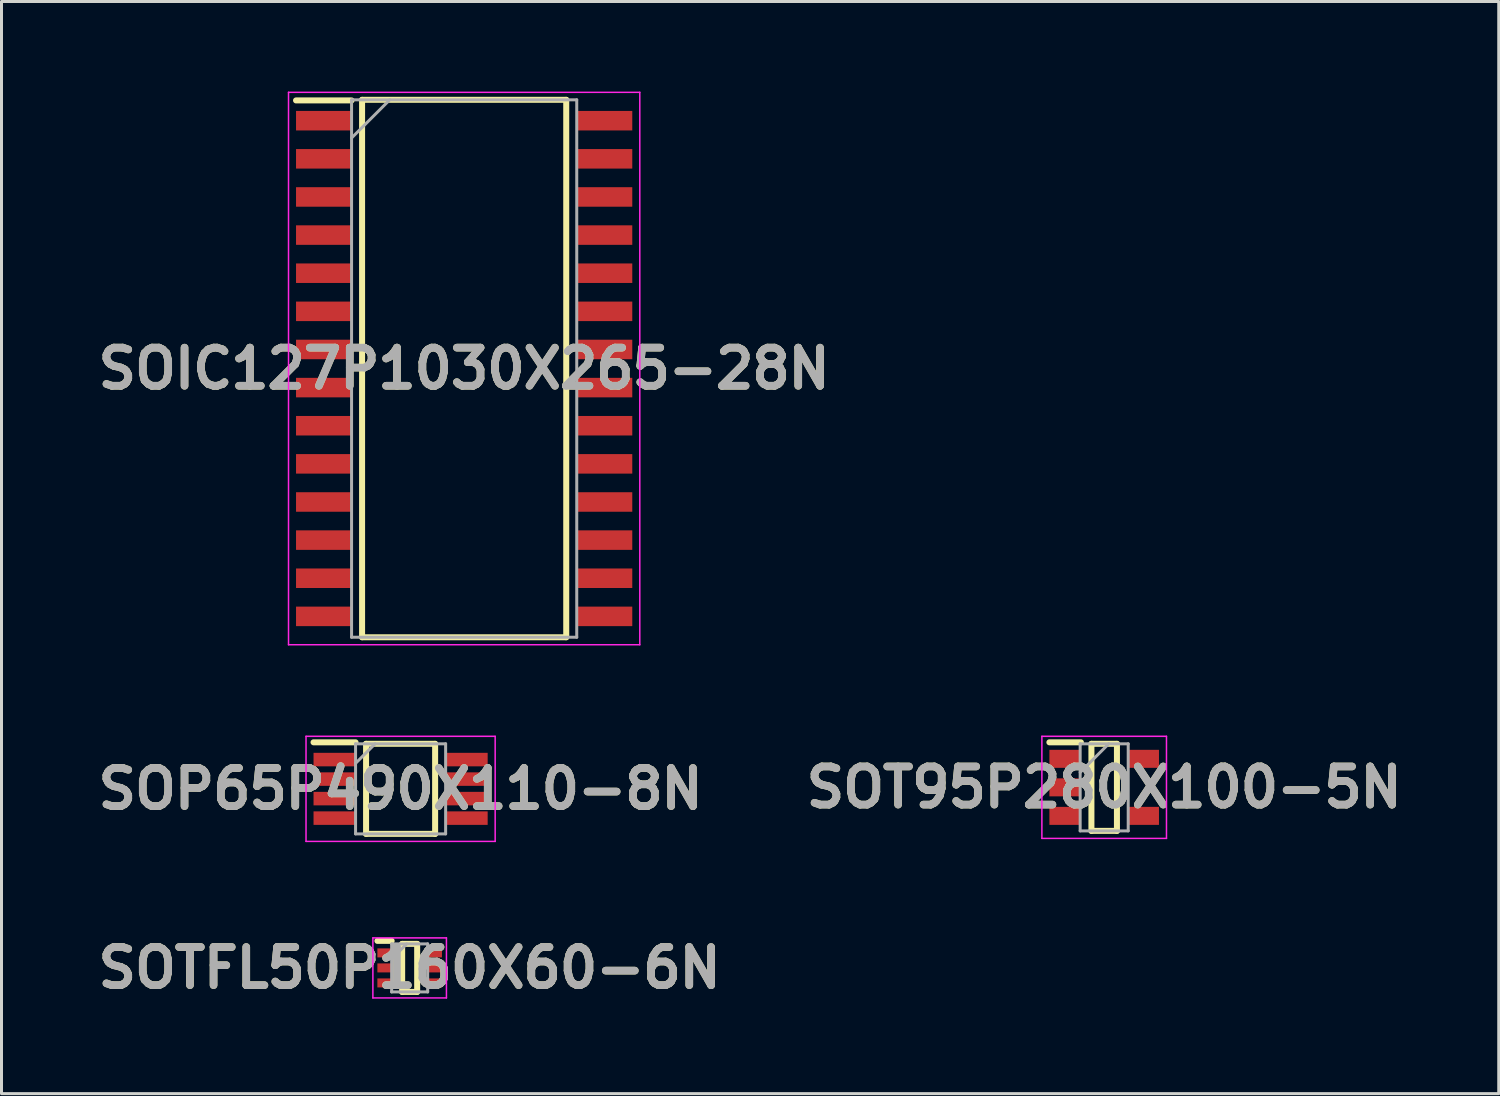
<source format=kicad_pcb>
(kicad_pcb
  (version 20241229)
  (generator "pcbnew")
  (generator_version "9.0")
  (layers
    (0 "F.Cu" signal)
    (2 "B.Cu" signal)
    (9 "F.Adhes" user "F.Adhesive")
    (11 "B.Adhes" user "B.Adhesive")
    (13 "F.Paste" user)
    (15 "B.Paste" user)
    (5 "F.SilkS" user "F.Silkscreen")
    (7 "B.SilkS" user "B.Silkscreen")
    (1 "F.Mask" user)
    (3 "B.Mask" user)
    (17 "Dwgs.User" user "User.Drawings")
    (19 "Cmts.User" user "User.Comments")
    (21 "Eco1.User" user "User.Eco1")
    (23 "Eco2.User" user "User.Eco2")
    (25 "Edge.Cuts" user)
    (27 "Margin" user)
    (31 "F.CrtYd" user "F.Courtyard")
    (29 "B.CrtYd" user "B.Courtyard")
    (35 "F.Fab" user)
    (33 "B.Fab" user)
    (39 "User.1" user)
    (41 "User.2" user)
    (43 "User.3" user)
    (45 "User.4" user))
  (footprint "SOP65P490X110-8N"
    (layer "F.Cu")
    (at 10.293 23.225)
    (property "Reference" "SOP65P490X110-8N" (at 0 0 0) (layer "F.SilkS") (effects (font (size 1.27 1.27) (thickness 0.254))))
    (attr smd)
    (fp_line (start -2.9 -1.55) (end -1.5 -1.55) (stroke (width 0.2) (type solid)) (layer "F.SilkS"))
    (fp_line (start -1.15 -1.5) (end 1.15 -1.5) (stroke (width 0.2) (type solid)) (layer "F.SilkS"))
    (fp_line (start -1.15 1.5) (end -1.15 -1.5) (stroke (width 0.2) (type solid)) (layer "F.SilkS"))
    (fp_line (start 1.15 -1.5) (end 1.15 1.5) (stroke (width 0.2) (type solid)) (layer "F.SilkS"))
    (fp_line (start 1.15 1.5) (end -1.15 1.5) (stroke (width 0.2) (type solid)) (layer "F.SilkS"))
    (fp_line (start -3.15 -1.75) (end 3.15 -1.75) (stroke (width 0.05) (type solid)) (layer "F.CrtYd"))
    (fp_line (start -3.15 1.75) (end -3.15 -1.75) (stroke (width 0.05) (type solid)) (layer "F.CrtYd"))
    (fp_line (start 3.15 -1.75) (end 3.15 1.75) (stroke (width 0.05) (type solid)) (layer "F.CrtYd"))
    (fp_line (start 3.15 1.75) (end -3.15 1.75) (stroke (width 0.05) (type solid)) (layer "F.CrtYd"))
    (fp_line (start -1.5 -1.5) (end 1.5 -1.5) (stroke (width 0.1) (type solid)) (layer "F.Fab"))
    (fp_line (start -1.5 -0.85) (end -0.85 -1.5) (stroke (width 0.1) (type solid)) (layer "F.Fab"))
    (fp_line (start -1.5 1.5) (end -1.5 -1.5) (stroke (width 0.1) (type solid)) (layer "F.Fab"))
    (fp_line (start 1.5 -1.5) (end 1.5 1.5) (stroke (width 0.1) (type solid)) (layer "F.Fab"))
    (fp_line (start 1.5 1.5) (end -1.5 1.5) (stroke (width 0.1) (type solid)) (layer "F.Fab"))
    (fp_text user "${REFERENCE}" (at 0 0 0) (layer "F.Fab") (effects (font (size 1.27 1.27) (thickness 0.254))))
    (pad "1" smd rect (at -2.2 -0.975 90) (size 0.45 1.4) (layers "F.Cu" "F.Mask" "F.Paste"))
    (pad "2" smd rect (at -2.2 -0.325 90) (size 0.45 1.4) (layers "F.Cu" "F.Mask" "F.Paste"))
    (pad "3" smd rect (at -2.2 0.325 90) (size 0.45 1.4) (layers "F.Cu" "F.Mask" "F.Paste"))
    (pad "4" smd rect (at -2.2 0.975 90) (size 0.45 1.4) (layers "F.Cu" "F.Mask" "F.Paste"))
    (pad "5" smd rect (at 2.2 0.975 90) (size 0.45 1.4) (layers "F.Cu" "F.Mask" "F.Paste"))
    (pad "6" smd rect (at 2.2 0.325 90) (size 0.45 1.4) (layers "F.Cu" "F.Mask" "F.Paste"))
    (pad "7" smd rect (at 2.2 -0.325 90) (size 0.45 1.4) (layers "F.Cu" "F.Mask" "F.Paste"))
    (pad "8" smd rect (at 2.2 -0.975 90) (size 0.45 1.4) (layers "F.Cu" "F.Mask" "F.Paste")))
  (footprint "SOTFL50P160X60-6N"
    (layer "F.Cu")
    (at 10.595 29.189)
    (property "Reference" "SOTFL50P160X60-6N" (at 0 0 0) (layer "F.SilkS") (effects (font (size 1.27 1.27) (thickness 0.254))))
    (attr smd)
    (fp_line (start -1.075 -0.9) (end -0.6 -0.9) (stroke (width 0.2) (type solid)) (layer "F.SilkS"))
    (fp_line (start -0.25 -0.8) (end 0.25 -0.8) (stroke (width 0.2) (type solid)) (layer "F.SilkS"))
    (fp_line (start -0.25 0.8) (end -0.25 -0.8) (stroke (width 0.2) (type solid)) (layer "F.SilkS"))
    (fp_line (start 0.25 -0.8) (end 0.25 0.8) (stroke (width 0.2) (type solid)) (layer "F.SilkS"))
    (fp_line (start 0.25 0.8) (end -0.25 0.8) (stroke (width 0.2) (type solid)) (layer "F.SilkS"))
    (fp_line (start -1.225 -1) (end 1.225 -1) (stroke (width 0.05) (type solid)) (layer "F.CrtYd"))
    (fp_line (start -1.225 1) (end -1.225 -1) (stroke (width 0.05) (type solid)) (layer "F.CrtYd"))
    (fp_line (start 1.225 -1) (end 1.225 1) (stroke (width 0.05) (type solid)) (layer "F.CrtYd"))
    (fp_line (start 1.225 1) (end -1.225 1) (stroke (width 0.05) (type solid)) (layer "F.CrtYd"))
    (fp_line (start -0.6 -0.8) (end 0.6 -0.8) (stroke (width 0.1) (type solid)) (layer "F.Fab"))
    (fp_line (start -0.6 -0.3) (end -0.1 -0.8) (stroke (width 0.1) (type solid)) (layer "F.Fab"))
    (fp_line (start -0.6 0.8) (end -0.6 -0.8) (stroke (width 0.1) (type solid)) (layer "F.Fab"))
    (fp_line (start 0.6 -0.8) (end 0.6 0.8) (stroke (width 0.1) (type solid)) (layer "F.Fab"))
    (fp_line (start 0.6 0.8) (end -0.6 0.8) (stroke (width 0.1) (type solid)) (layer "F.Fab"))
    (fp_text user "${REFERENCE}" (at 0 0 0) (layer "F.Fab") (effects (font (size 1.27 1.27) (thickness 0.254))))
    (pad "1" smd rect (at -0.838 -0.5 90) (size 0.3 0.475) (layers "F.Cu" "F.Mask" "F.Paste"))
    (pad "2" smd rect (at -0.838 0 90) (size 0.3 0.475) (layers "F.Cu" "F.Mask" "F.Paste"))
    (pad "3" smd rect (at -0.838 0.5 90) (size 0.3 0.475) (layers "F.Cu" "F.Mask" "F.Paste"))
    (pad "4" smd rect (at 0.838 0.5 90) (size 0.3 0.475) (layers "F.Cu" "F.Mask" "F.Paste"))
    (pad "5" smd rect (at 0.838 0 90) (size 0.3 0.475) (layers "F.Cu" "F.Mask" "F.Paste"))
    (pad "6" smd rect (at 0.838 -0.5 90) (size 0.3 0.475) (layers "F.Cu" "F.Mask" "F.Paste")))
  (footprint "SOT95P280X100-5N"
    (layer "F.Cu")
    (at 33.728 23.175)
    (property "Reference" "SOT95P280X100-5N" (at 0 0 0) (layer "F.SilkS") (effects (font (size 1.27 1.27) (thickness 0.254))))
    (attr smd)
    (fp_line (start -1.825 -1.5) (end -0.775 -1.5) (stroke (width 0.2) (type solid)) (layer "F.SilkS"))
    (fp_line (start -0.425 -1.45) (end 0.425 -1.45) (stroke (width 0.2) (type solid)) (layer "F.SilkS"))
    (fp_line (start -0.425 1.45) (end -0.425 -1.45) (stroke (width 0.2) (type solid)) (layer "F.SilkS"))
    (fp_line (start 0.425 -1.45) (end 0.425 1.45) (stroke (width 0.2) (type solid)) (layer "F.SilkS"))
    (fp_line (start 0.425 1.45) (end -0.425 1.45) (stroke (width 0.2) (type solid)) (layer "F.SilkS"))
    (fp_line (start -2.075 -1.7) (end 2.075 -1.7) (stroke (width 0.05) (type solid)) (layer "F.CrtYd"))
    (fp_line (start -2.075 1.7) (end -2.075 -1.7) (stroke (width 0.05) (type solid)) (layer "F.CrtYd"))
    (fp_line (start 2.075 -1.7) (end 2.075 1.7) (stroke (width 0.05) (type solid)) (layer "F.CrtYd"))
    (fp_line (start 2.075 1.7) (end -2.075 1.7) (stroke (width 0.05) (type solid)) (layer "F.CrtYd"))
    (fp_line (start -0.8 -1.45) (end 0.8 -1.45) (stroke (width 0.1) (type solid)) (layer "F.Fab"))
    (fp_line (start -0.8 -0.5) (end 0.15 -1.45) (stroke (width 0.1) (type solid)) (layer "F.Fab"))
    (fp_line (start -0.8 1.45) (end -0.8 -1.45) (stroke (width 0.1) (type solid)) (layer "F.Fab"))
    (fp_line (start 0.8 -1.45) (end 0.8 1.45) (stroke (width 0.1) (type solid)) (layer "F.Fab"))
    (fp_line (start 0.8 1.45) (end -0.8 1.45) (stroke (width 0.1) (type solid)) (layer "F.Fab"))
    (fp_text user "${REFERENCE}" (at 0 0 0) (layer "F.Fab") (effects (font (size 1.27 1.27) (thickness 0.254))))
    (pad "1" smd rect (at -1.3 -0.95 90) (size 0.6 1.05) (layers "F.Cu" "F.Mask" "F.Paste"))
    (pad "2" smd rect (at -1.3 0 90) (size 0.6 1.05) (layers "F.Cu" "F.Mask" "F.Paste"))
    (pad "3" smd rect (at -1.3 0.95 90) (size 0.6 1.05) (layers "F.Cu" "F.Mask" "F.Paste"))
    (pad "4" smd rect (at 1.3 0.95 90) (size 0.6 1.05) (layers "F.Cu" "F.Mask" "F.Paste"))
    (pad "5" smd rect (at 1.3 -0.95 90) (size 0.6 1.05) (layers "F.Cu" "F.Mask" "F.Paste")))
  (footprint "SOIC127P1030X265-28N"
    (layer "F.Cu")
    (at 12.41 9.225)
    (property "Reference" "SOIC127P1030X265-28N" (at 0 0 0) (layer "F.SilkS") (effects (font (size 1.27 1.27) (thickness 0.254))))
    (attr smd)
    (fp_line (start -5.6 -8.93) (end -3.75 -8.93) (stroke (width 0.2) (type solid)) (layer "F.SilkS"))
    (fp_line (start -3.4 -8.95) (end 3.4 -8.95) (stroke (width 0.2) (type solid)) (layer "F.SilkS"))
    (fp_line (start -3.4 8.95) (end -3.4 -8.95) (stroke (width 0.2) (type solid)) (layer "F.SilkS"))
    (fp_line (start 3.4 -8.95) (end 3.4 8.95) (stroke (width 0.2) (type solid)) (layer "F.SilkS"))
    (fp_line (start 3.4 8.95) (end -3.4 8.95) (stroke (width 0.2) (type solid)) (layer "F.SilkS"))
    (fp_line (start -5.85 -9.2) (end 5.85 -9.2) (stroke (width 0.05) (type solid)) (layer "F.CrtYd"))
    (fp_line (start -5.85 9.2) (end -5.85 -9.2) (stroke (width 0.05) (type solid)) (layer "F.CrtYd"))
    (fp_line (start 5.85 -9.2) (end 5.85 9.2) (stroke (width 0.05) (type solid)) (layer "F.CrtYd"))
    (fp_line (start 5.85 9.2) (end -5.85 9.2) (stroke (width 0.05) (type solid)) (layer "F.CrtYd"))
    (fp_line (start -3.75 -8.95) (end 3.75 -8.95) (stroke (width 0.1) (type solid)) (layer "F.Fab"))
    (fp_line (start -3.75 -7.68) (end -2.48 -8.95) (stroke (width 0.1) (type solid)) (layer "F.Fab"))
    (fp_line (start -3.75 8.95) (end -3.75 -8.95) (stroke (width 0.1) (type solid)) (layer "F.Fab"))
    (fp_line (start 3.75 -8.95) (end 3.75 8.95) (stroke (width 0.1) (type solid)) (layer "F.Fab"))
    (fp_line (start 3.75 8.95) (end -3.75 8.95) (stroke (width 0.1) (type solid)) (layer "F.Fab"))
    (fp_text user "${REFERENCE}" (at 0 0 0) (layer "F.Fab") (effects (font (size 1.27 1.27) (thickness 0.254))))
    (pad "1" smd rect (at -4.675 -8.255 90) (size 0.65 1.85) (layers "F.Cu" "F.Mask" "F.Paste"))
    (pad "2" smd rect (at -4.675 -6.985 90) (size 0.65 1.85) (layers "F.Cu" "F.Mask" "F.Paste"))
    (pad "3" smd rect (at -4.675 -5.715 90) (size 0.65 1.85) (layers "F.Cu" "F.Mask" "F.Paste"))
    (pad "4" smd rect (at -4.675 -4.445 90) (size 0.65 1.85) (layers "F.Cu" "F.Mask" "F.Paste"))
    (pad "5" smd rect (at -4.675 -3.175 90) (size 0.65 1.85) (layers "F.Cu" "F.Mask" "F.Paste"))
    (pad "6" smd rect (at -4.675 -1.905 90) (size 0.65 1.85) (layers "F.Cu" "F.Mask" "F.Paste"))
    (pad "7" smd rect (at -4.675 -0.635 90) (size 0.65 1.85) (layers "F.Cu" "F.Mask" "F.Paste"))
    (pad "8" smd rect (at -4.675 0.635 90) (size 0.65 1.85) (layers "F.Cu" "F.Mask" "F.Paste"))
    (pad "9" smd rect (at -4.675 1.905 90) (size 0.65 1.85) (layers "F.Cu" "F.Mask" "F.Paste"))
    (pad "10" smd rect (at -4.675 3.175 90) (size 0.65 1.85) (layers "F.Cu" "F.Mask" "F.Paste"))
    (pad "11" smd rect (at -4.675 4.445 90) (size 0.65 1.85) (layers "F.Cu" "F.Mask" "F.Paste"))
    (pad "12" smd rect (at -4.675 5.715 90) (size 0.65 1.85) (layers "F.Cu" "F.Mask" "F.Paste"))
    (pad "13" smd rect (at -4.675 6.985 90) (size 0.65 1.85) (layers "F.Cu" "F.Mask" "F.Paste"))
    (pad "14" smd rect (at -4.675 8.255 90) (size 0.65 1.85) (layers "F.Cu" "F.Mask" "F.Paste"))
    (pad "15" smd rect (at 4.675 8.255 90) (size 0.65 1.85) (layers "F.Cu" "F.Mask" "F.Paste"))
    (pad "16" smd rect (at 4.675 6.985 90) (size 0.65 1.85) (layers "F.Cu" "F.Mask" "F.Paste"))
    (pad "17" smd rect (at 4.675 5.715 90) (size 0.65 1.85) (layers "F.Cu" "F.Mask" "F.Paste"))
    (pad "18" smd rect (at 4.675 4.445 90) (size 0.65 1.85) (layers "F.Cu" "F.Mask" "F.Paste"))
    (pad "19" smd rect (at 4.675 3.175 90) (size 0.65 1.85) (layers "F.Cu" "F.Mask" "F.Paste"))
    (pad "20" smd rect (at 4.675 1.905 90) (size 0.65 1.85) (layers "F.Cu" "F.Mask" "F.Paste"))
    (pad "21" smd rect (at 4.675 0.635 90) (size 0.65 1.85) (layers "F.Cu" "F.Mask" "F.Paste"))
    (pad "22" smd rect (at 4.675 -0.635 90) (size 0.65 1.85) (layers "F.Cu" "F.Mask" "F.Paste"))
    (pad "23" smd rect (at 4.675 -1.905 90) (size 0.65 1.85) (layers "F.Cu" "F.Mask" "F.Paste"))
    (pad "24" smd rect (at 4.675 -3.175 90) (size 0.65 1.85) (layers "F.Cu" "F.Mask" "F.Paste"))
    (pad "25" smd rect (at 4.675 -4.445 90) (size 0.65 1.85) (layers "F.Cu" "F.Mask" "F.Paste"))
    (pad "26" smd rect (at 4.675 -5.715 90) (size 0.65 1.85) (layers "F.Cu" "F.Mask" "F.Paste"))
    (pad "27" smd rect (at 4.675 -6.985 90) (size 0.65 1.85) (layers "F.Cu" "F.Mask" "F.Paste"))
    (pad "28" smd rect (at 4.675 -8.255 90) (size 0.65 1.85) (layers "F.Cu" "F.Mask" "F.Paste")))
  (gr_rect
    (start -3 -3)
    (end 46.87 33.377)
    (stroke (width 0.1) (type default))
    (fill no)
    (layer "Edge.Cuts")))
</source>
